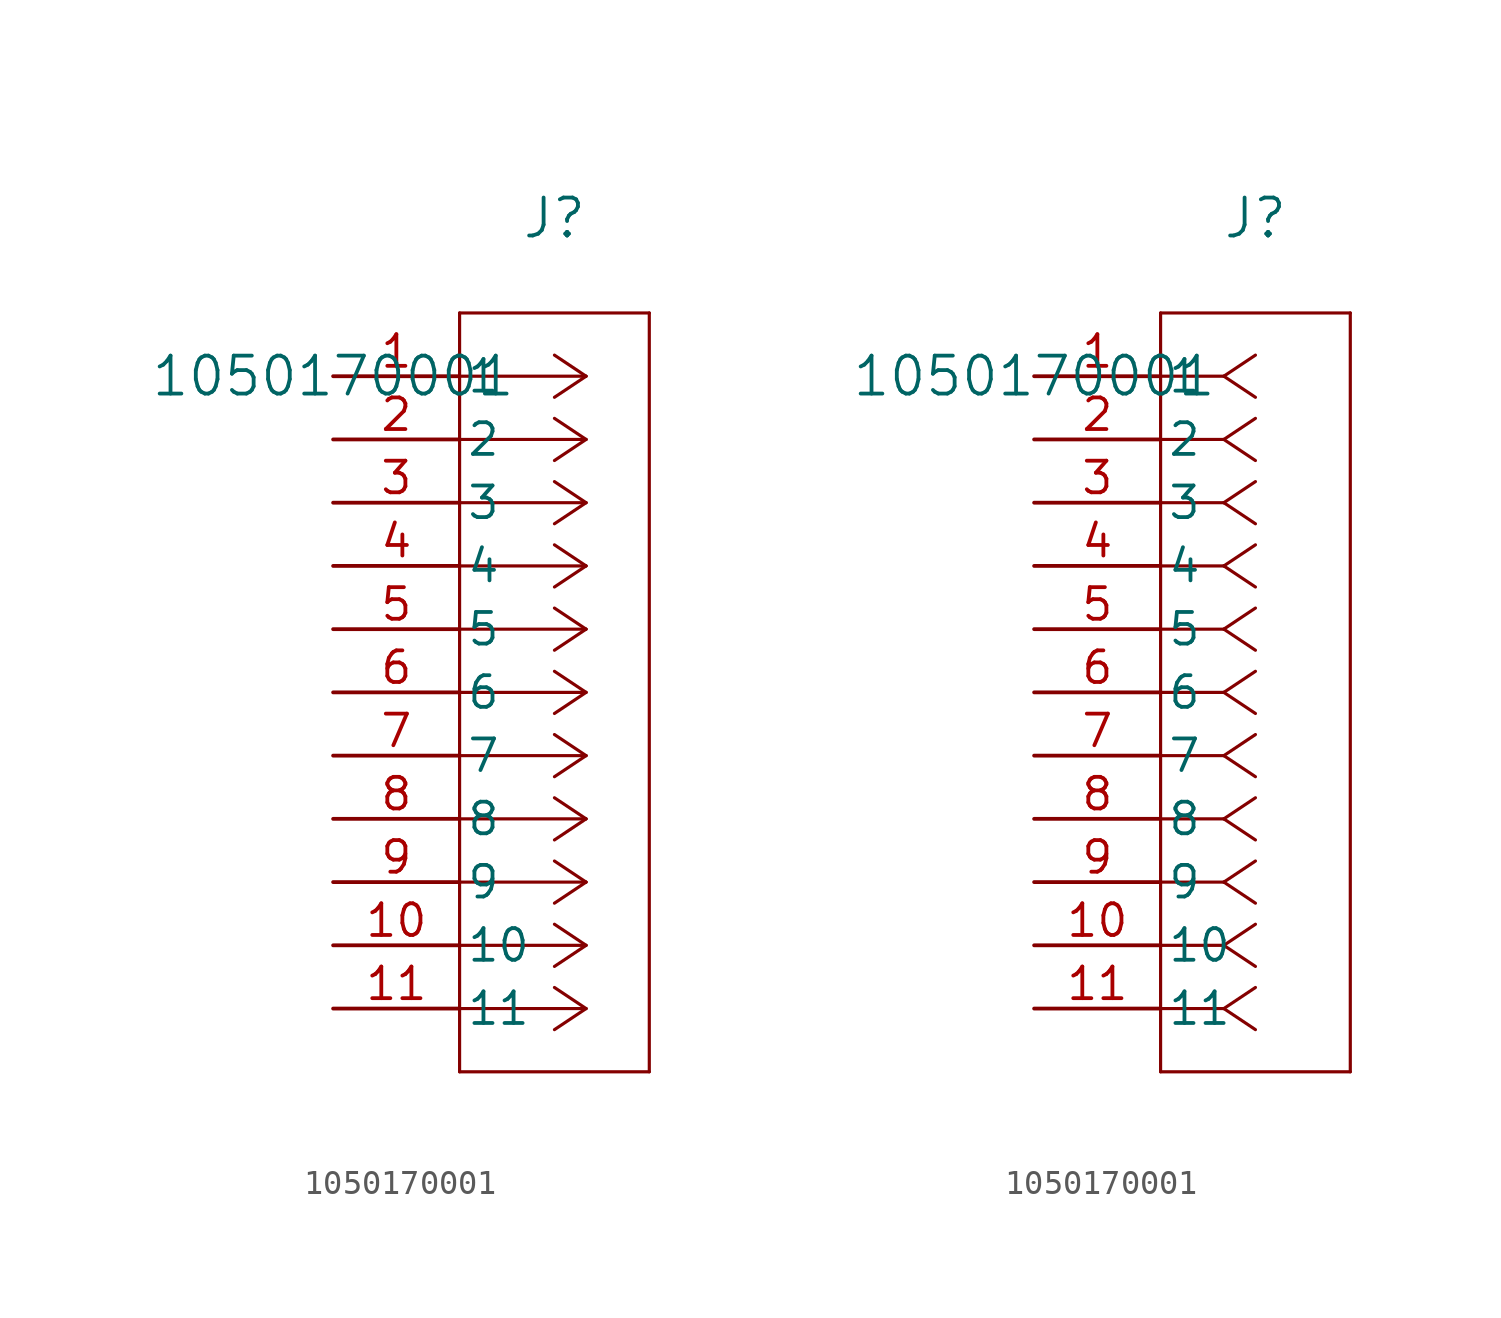
<source format=kicad_sym>
(kicad_symbol_lib
  (version 20211014)
  (generator kicad_symbol_editor)
  (symbol "1050170001"
    (pin_names
      (offset 0.254))
    (property "Reference" "J"
      (at 8.89 6.35 0)
      (effects (font (size 1.524 1.524))))
    (property "Value" "1050170001"
      (at 0 0 0)
      (effects (font (size 1.524 1.524))))
    (symbol "1050170001_1_1"
      (polyline (pts (xy 10.16 0) (xy 5.08 0)) (stroke (width 0.127) (type default) (color 0 0 0 0)) (fill (type none)))
      (polyline (pts (xy 10.16 -2.54) (xy 5.08 -2.54)) (stroke (width 0.127) (type default) (color 0 0 0 0)) (fill (type none)))
      (polyline (pts (xy 10.16 -5.08) (xy 5.08 -5.08)) (stroke (width 0.127) (type default) (color 0 0 0 0)) (fill (type none)))
      (polyline (pts (xy 10.16 -7.62) (xy 5.08 -7.62)) (stroke (width 0.127) (type default) (color 0 0 0 0)) (fill (type none)))
      (polyline (pts (xy 10.16 -10.16) (xy 5.08 -10.16)) (stroke (width 0.127) (type default) (color 0 0 0 0)) (fill (type none)))
      (polyline (pts (xy 10.16 -12.7) (xy 5.08 -12.7)) (stroke (width 0.127) (type default) (color 0 0 0 0)) (fill (type none)))
      (polyline (pts (xy 10.16 -15.24) (xy 5.08 -15.24)) (stroke (width 0.127) (type default) (color 0 0 0 0)) (fill (type none)))
      (polyline (pts (xy 10.16 -17.78) (xy 5.08 -17.78)) (stroke (width 0.127) (type default) (color 0 0 0 0)) (fill (type none)))
      (polyline (pts (xy 10.16 -20.32) (xy 5.08 -20.32)) (stroke (width 0.127) (type default) (color 0 0 0 0)) (fill (type none)))
      (polyline (pts (xy 10.16 -22.86) (xy 5.08 -22.86)) (stroke (width 0.127) (type default) (color 0 0 0 0)) (fill (type none)))
      (polyline (pts (xy 10.16 -25.4) (xy 5.08 -25.4)) (stroke (width 0.127) (type default) (color 0 0 0 0)) (fill (type none)))
      (polyline (pts (xy 10.16 0) (xy 8.89 0.847)) (stroke (width 0.127) (type default) (color 0 0 0 0)) (fill (type none)))
      (polyline (pts (xy 10.16 -2.54) (xy 8.89 -1.693)) (stroke (width 0.127) (type default) (color 0 0 0 0)) (fill (type none)))
      (polyline (pts (xy 10.16 -5.08) (xy 8.89 -4.233)) (stroke (width 0.127) (type default) (color 0 0 0 0)) (fill (type none)))
      (polyline (pts (xy 10.16 -7.62) (xy 8.89 -6.773)) (stroke (width 0.127) (type default) (color 0 0 0 0)) (fill (type none)))
      (polyline (pts (xy 10.16 -10.16) (xy 8.89 -9.313)) (stroke (width 0.127) (type default) (color 0 0 0 0)) (fill (type none)))
      (polyline (pts (xy 10.16 -12.7) (xy 8.89 -11.853)) (stroke (width 0.127) (type default) (color 0 0 0 0)) (fill (type none)))
      (polyline (pts (xy 10.16 -15.24) (xy 8.89 -14.393)) (stroke (width 0.127) (type default) (color 0 0 0 0)) (fill (type none)))
      (polyline (pts (xy 10.16 -17.78) (xy 8.89 -16.933)) (stroke (width 0.127) (type default) (color 0 0 0 0)) (fill (type none)))
      (polyline (pts (xy 10.16 -20.32) (xy 8.89 -19.473)) (stroke (width 0.127) (type default) (color 0 0 0 0)) (fill (type none)))
      (polyline (pts (xy 10.16 -22.86) (xy 8.89 -22.013)) (stroke (width 0.127) (type default) (color 0 0 0 0)) (fill (type none)))
      (polyline (pts (xy 10.16 -25.4) (xy 8.89 -24.553)) (stroke (width 0.127) (type default) (color 0 0 0 0)) (fill (type none)))
      (polyline (pts (xy 10.16 0) (xy 8.89 -0.847)) (stroke (width 0.127) (type default) (color 0 0 0 0)) (fill (type none)))
      (polyline (pts (xy 10.16 -2.54) (xy 8.89 -3.387)) (stroke (width 0.127) (type default) (color 0 0 0 0)) (fill (type none)))
      (polyline (pts (xy 10.16 -5.08) (xy 8.89 -5.927)) (stroke (width 0.127) (type default) (color 0 0 0 0)) (fill (type none)))
      (polyline (pts (xy 10.16 -7.62) (xy 8.89 -8.467)) (stroke (width 0.127) (type default) (color 0 0 0 0)) (fill (type none)))
      (polyline (pts (xy 10.16 -10.16) (xy 8.89 -11.007)) (stroke (width 0.127) (type default) (color 0 0 0 0)) (fill (type none)))
      (polyline (pts (xy 10.16 -12.7) (xy 8.89 -13.547)) (stroke (width 0.127) (type default) (color 0 0 0 0)) (fill (type none)))
      (polyline (pts (xy 10.16 -15.24) (xy 8.89 -16.087)) (stroke (width 0.127) (type default) (color 0 0 0 0)) (fill (type none)))
      (polyline (pts (xy 10.16 -17.78) (xy 8.89 -18.627)) (stroke (width 0.127) (type default) (color 0 0 0 0)) (fill (type none)))
      (polyline (pts (xy 10.16 -20.32) (xy 8.89 -21.167)) (stroke (width 0.127) (type default) (color 0 0 0 0)) (fill (type none)))
      (polyline (pts (xy 10.16 -22.86) (xy 8.89 -23.707)) (stroke (width 0.127) (type default) (color 0 0 0 0)) (fill (type none)))
      (polyline (pts (xy 10.16 -25.4) (xy 8.89 -26.247)) (stroke (width 0.127) (type default) (color 0 0 0 0)) (fill (type none)))
      (polyline (pts (xy 5.08 2.54) (xy 5.08 -27.94)) (stroke (width 0.127) (type default) (color 0 0 0 0)) (fill (type none)))
      (polyline (pts (xy 5.08 -27.94) (xy 12.7 -27.94)) (stroke (width 0.127) (type default) (color 0 0 0 0)) (fill (type none)))
      (polyline (pts (xy 12.7 -27.94) (xy 12.7 2.54)) (stroke (width 0.127) (type default) (color 0 0 0 0)) (fill (type none)))
      (polyline (pts (xy 12.7 2.54) (xy 5.08 2.54)) (stroke (width 0.127) (type default) (color 0 0 0 0)) (fill (type none)))
      (pin unspecified line (at 0 0 0) (length 5.08) (name "1" (effects (font (size 1.27 1.27)))) (number "1" (effects (font (size 1.27 1.27)))))
      (pin unspecified line (at 0 -2.54 0) (length 5.08) (name "2" (effects (font (size 1.27 1.27)))) (number "2" (effects (font (size 1.27 1.27)))))
      (pin unspecified line (at 0 -5.08 0) (length 5.08) (name "3" (effects (font (size 1.27 1.27)))) (number "3" (effects (font (size 1.27 1.27)))))
      (pin unspecified line (at 0 -7.62 0) (length 5.08) (name "4" (effects (font (size 1.27 1.27)))) (number "4" (effects (font (size 1.27 1.27)))))
      (pin unspecified line (at 0 -10.16 0) (length 5.08) (name "5" (effects (font (size 1.27 1.27)))) (number "5" (effects (font (size 1.27 1.27)))))
      (pin unspecified line (at 0 -12.7 0) (length 5.08) (name "6" (effects (font (size 1.27 1.27)))) (number "6" (effects (font (size 1.27 1.27)))))
      (pin unspecified line (at 0 -15.24 0) (length 5.08) (name "7" (effects (font (size 1.27 1.27)))) (number "7" (effects (font (size 1.27 1.27)))))
      (pin unspecified line (at 0 -17.78 0) (length 5.08) (name "8" (effects (font (size 1.27 1.27)))) (number "8" (effects (font (size 1.27 1.27)))))
      (pin unspecified line (at 0 -20.32 0) (length 5.08) (name "9" (effects (font (size 1.27 1.27)))) (number "9" (effects (font (size 1.27 1.27)))))
      (pin unspecified line (at 0 -22.86 0) (length 5.08) (name "10" (effects (font (size 1.27 1.27)))) (number "10" (effects (font (size 1.27 1.27)))))
      (pin unspecified line (at 0 -25.4 0) (length 5.08) (name "11" (effects (font (size 1.27 1.27)))) (number "11" (effects (font (size 1.27 1.27))))))
    (symbol "1050170001_1_2"
      (polyline (pts (xy 7.62 0) (xy 5.08 0)) (stroke (width 0.127) (type default) (color 0 0 0 0)) (fill (type none)))
      (polyline (pts (xy 7.62 -2.54) (xy 5.08 -2.54)) (stroke (width 0.127) (type default) (color 0 0 0 0)) (fill (type none)))
      (polyline (pts (xy 7.62 -5.08) (xy 5.08 -5.08)) (stroke (width 0.127) (type default) (color 0 0 0 0)) (fill (type none)))
      (polyline (pts (xy 7.62 -7.62) (xy 5.08 -7.62)) (stroke (width 0.127) (type default) (color 0 0 0 0)) (fill (type none)))
      (polyline (pts (xy 7.62 -10.16) (xy 5.08 -10.16)) (stroke (width 0.127) (type default) (color 0 0 0 0)) (fill (type none)))
      (polyline (pts (xy 7.62 -12.7) (xy 5.08 -12.7)) (stroke (width 0.127) (type default) (color 0 0 0 0)) (fill (type none)))
      (polyline (pts (xy 7.62 -15.24) (xy 5.08 -15.24)) (stroke (width 0.127) (type default) (color 0 0 0 0)) (fill (type none)))
      (polyline (pts (xy 7.62 -17.78) (xy 5.08 -17.78)) (stroke (width 0.127) (type default) (color 0 0 0 0)) (fill (type none)))
      (polyline (pts (xy 7.62 -20.32) (xy 5.08 -20.32)) (stroke (width 0.127) (type default) (color 0 0 0 0)) (fill (type none)))
      (polyline (pts (xy 7.62 -22.86) (xy 5.08 -22.86)) (stroke (width 0.127) (type default) (color 0 0 0 0)) (fill (type none)))
      (polyline (pts (xy 7.62 -25.4) (xy 5.08 -25.4)) (stroke (width 0.127) (type default) (color 0 0 0 0)) (fill (type none)))
      (polyline (pts (xy 7.62 0) (xy 8.89 0.847)) (stroke (width 0.127) (type default) (color 0 0 0 0)) (fill (type none)))
      (polyline (pts (xy 7.62 -2.54) (xy 8.89 -1.693)) (stroke (width 0.127) (type default) (color 0 0 0 0)) (fill (type none)))
      (polyline (pts (xy 7.62 -5.08) (xy 8.89 -4.233)) (stroke (width 0.127) (type default) (color 0 0 0 0)) (fill (type none)))
      (polyline (pts (xy 7.62 -7.62) (xy 8.89 -6.773)) (stroke (width 0.127) (type default) (color 0 0 0 0)) (fill (type none)))
      (polyline (pts (xy 7.62 -10.16) (xy 8.89 -9.313)) (stroke (width 0.127) (type default) (color 0 0 0 0)) (fill (type none)))
      (polyline (pts (xy 7.62 -12.7) (xy 8.89 -11.853)) (stroke (width 0.127) (type default) (color 0 0 0 0)) (fill (type none)))
      (polyline (pts (xy 7.62 -15.24) (xy 8.89 -14.393)) (stroke (width 0.127) (type default) (color 0 0 0 0)) (fill (type none)))
      (polyline (pts (xy 7.62 -17.78) (xy 8.89 -16.933)) (stroke (width 0.127) (type default) (color 0 0 0 0)) (fill (type none)))
      (polyline (pts (xy 7.62 -20.32) (xy 8.89 -19.473)) (stroke (width 0.127) (type default) (color 0 0 0 0)) (fill (type none)))
      (polyline (pts (xy 7.62 -22.86) (xy 8.89 -22.013)) (stroke (width 0.127) (type default) (color 0 0 0 0)) (fill (type none)))
      (polyline (pts (xy 7.62 -25.4) (xy 8.89 -24.553)) (stroke (width 0.127) (type default) (color 0 0 0 0)) (fill (type none)))
      (polyline (pts (xy 7.62 0) (xy 8.89 -0.847)) (stroke (width 0.127) (type default) (color 0 0 0 0)) (fill (type none)))
      (polyline (pts (xy 7.62 -2.54) (xy 8.89 -3.387)) (stroke (width 0.127) (type default) (color 0 0 0 0)) (fill (type none)))
      (polyline (pts (xy 7.62 -5.08) (xy 8.89 -5.927)) (stroke (width 0.127) (type default) (color 0 0 0 0)) (fill (type none)))
      (polyline (pts (xy 7.62 -7.62) (xy 8.89 -8.467)) (stroke (width 0.127) (type default) (color 0 0 0 0)) (fill (type none)))
      (polyline (pts (xy 7.62 -10.16) (xy 8.89 -11.007)) (stroke (width 0.127) (type default) (color 0 0 0 0)) (fill (type none)))
      (polyline (pts (xy 7.62 -12.7) (xy 8.89 -13.547)) (stroke (width 0.127) (type default) (color 0 0 0 0)) (fill (type none)))
      (polyline (pts (xy 7.62 -15.24) (xy 8.89 -16.087)) (stroke (width 0.127) (type default) (color 0 0 0 0)) (fill (type none)))
      (polyline (pts (xy 7.62 -17.78) (xy 8.89 -18.627)) (stroke (width 0.127) (type default) (color 0 0 0 0)) (fill (type none)))
      (polyline (pts (xy 7.62 -20.32) (xy 8.89 -21.167)) (stroke (width 0.127) (type default) (color 0 0 0 0)) (fill (type none)))
      (polyline (pts (xy 7.62 -22.86) (xy 8.89 -23.707)) (stroke (width 0.127) (type default) (color 0 0 0 0)) (fill (type none)))
      (polyline (pts (xy 7.62 -25.4) (xy 8.89 -26.247)) (stroke (width 0.127) (type default) (color 0 0 0 0)) (fill (type none)))
      (polyline (pts (xy 5.08 2.54) (xy 5.08 -27.94)) (stroke (width 0.127) (type default) (color 0 0 0 0)) (fill (type none)))
      (polyline (pts (xy 5.08 -27.94) (xy 12.7 -27.94)) (stroke (width 0.127) (type default) (color 0 0 0 0)) (fill (type none)))
      (polyline (pts (xy 12.7 -27.94) (xy 12.7 2.54)) (stroke (width 0.127) (type default) (color 0 0 0 0)) (fill (type none)))
      (polyline (pts (xy 12.7 2.54) (xy 5.08 2.54)) (stroke (width 0.127) (type default) (color 0 0 0 0)) (fill (type none)))
      (pin unspecified line (at 0 0 0) (length 5.08) (name "1" (effects (font (size 1.27 1.27)))) (number "1" (effects (font (size 1.27 1.27)))))
      (pin unspecified line (at 0 -2.54 0) (length 5.08) (name "2" (effects (font (size 1.27 1.27)))) (number "2" (effects (font (size 1.27 1.27)))))
      (pin unspecified line (at 0 -5.08 0) (length 5.08) (name "3" (effects (font (size 1.27 1.27)))) (number "3" (effects (font (size 1.27 1.27)))))
      (pin unspecified line (at 0 -7.62 0) (length 5.08) (name "4" (effects (font (size 1.27 1.27)))) (number "4" (effects (font (size 1.27 1.27)))))
      (pin unspecified line (at 0 -10.16 0) (length 5.08) (name "5" (effects (font (size 1.27 1.27)))) (number "5" (effects (font (size 1.27 1.27)))))
      (pin unspecified line (at 0 -12.7 0) (length 5.08) (name "6" (effects (font (size 1.27 1.27)))) (number "6" (effects (font (size 1.27 1.27)))))
      (pin unspecified line (at 0 -15.24 0) (length 5.08) (name "7" (effects (font (size 1.27 1.27)))) (number "7" (effects (font (size 1.27 1.27)))))
      (pin unspecified line (at 0 -17.78 0) (length 5.08) (name "8" (effects (font (size 1.27 1.27)))) (number "8" (effects (font (size 1.27 1.27)))))
      (pin unspecified line (at 0 -20.32 0) (length 5.08) (name "9" (effects (font (size 1.27 1.27)))) (number "9" (effects (font (size 1.27 1.27)))))
      (pin unspecified line (at 0 -22.86 0) (length 5.08) (name "10" (effects (font (size 1.27 1.27)))) (number "10" (effects (font (size 1.27 1.27)))))
      (pin unspecified line (at 0 -25.4 0) (length 5.08) (name "11" (effects (font (size 1.27 1.27)))) (number "11" (effects (font (size 1.27 1.27))))))))
</source>
